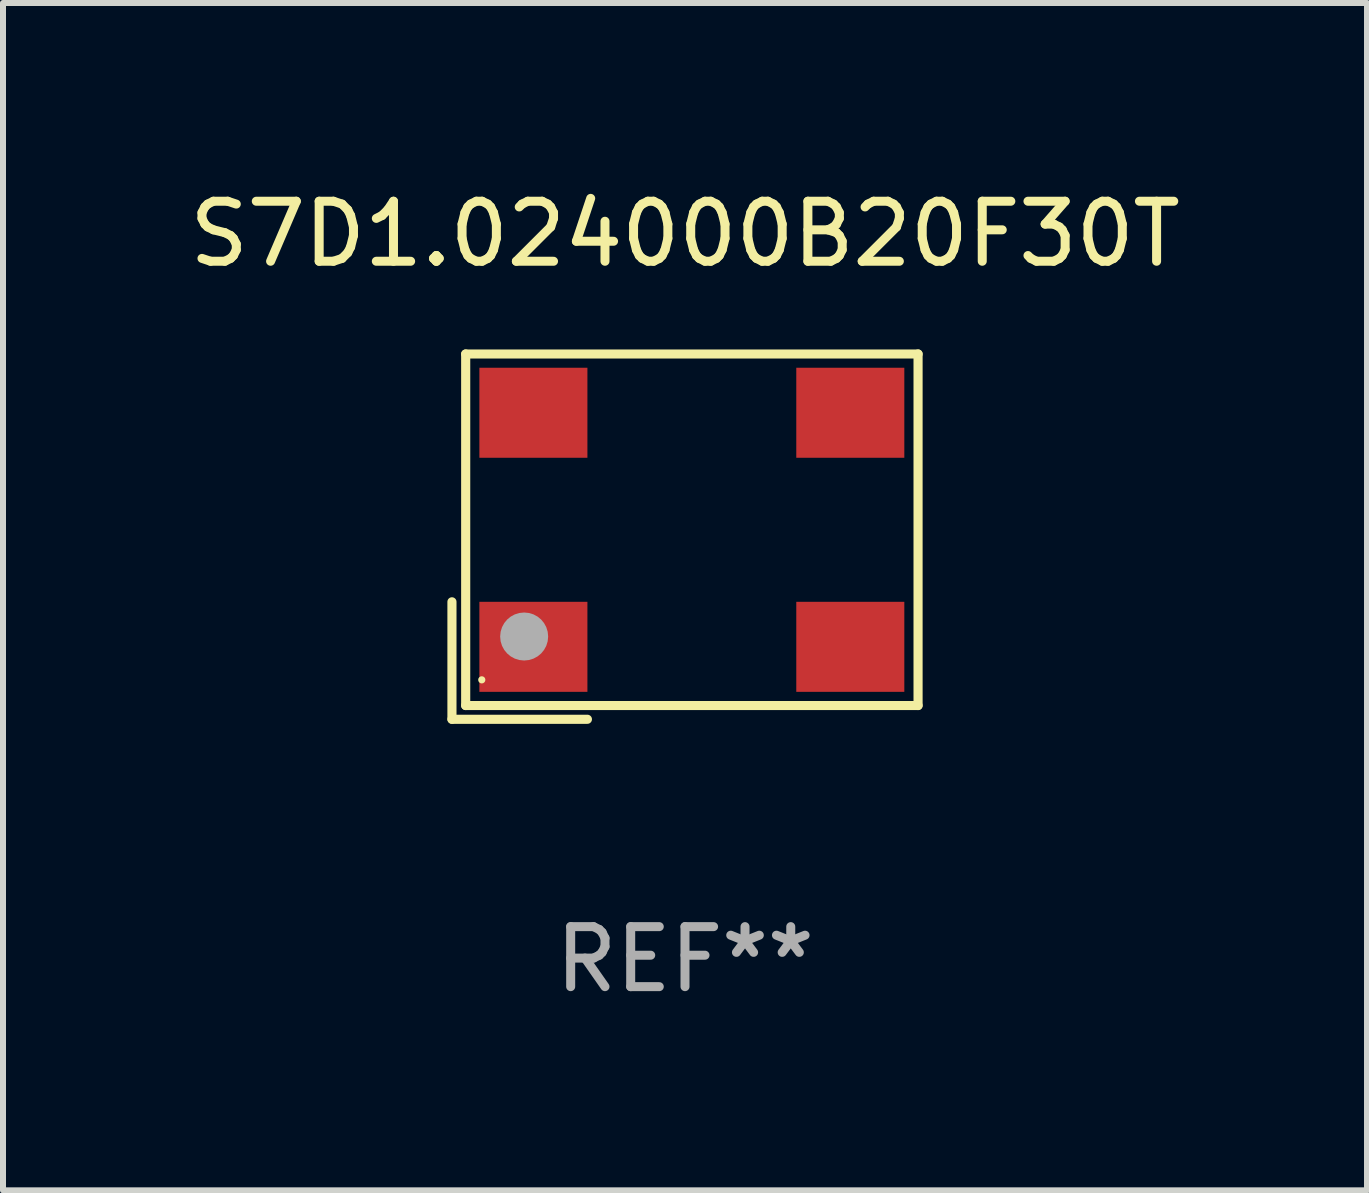
<source format=kicad_pcb>
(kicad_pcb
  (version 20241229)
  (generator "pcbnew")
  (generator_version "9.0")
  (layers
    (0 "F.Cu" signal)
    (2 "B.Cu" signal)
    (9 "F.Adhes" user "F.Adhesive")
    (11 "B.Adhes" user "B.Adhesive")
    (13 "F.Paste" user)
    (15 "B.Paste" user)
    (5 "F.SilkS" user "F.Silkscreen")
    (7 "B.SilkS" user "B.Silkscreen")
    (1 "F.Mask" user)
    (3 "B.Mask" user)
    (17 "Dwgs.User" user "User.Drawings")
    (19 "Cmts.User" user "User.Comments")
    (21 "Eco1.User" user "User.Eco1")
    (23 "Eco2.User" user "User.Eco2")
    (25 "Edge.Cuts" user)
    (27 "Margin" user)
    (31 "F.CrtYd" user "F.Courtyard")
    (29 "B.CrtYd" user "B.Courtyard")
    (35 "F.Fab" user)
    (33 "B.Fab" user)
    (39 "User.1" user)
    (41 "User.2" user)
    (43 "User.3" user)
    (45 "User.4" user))
  (footprint "S7D1.024000B20F30T"
    (layer "F.Cu")
    (at 8.363 5.891)
    (property "Reference" "S7D1.024000B20F30T" (at 0 -5.043 0) (layer "F.SilkS") (effects (font (size 1 1) (thickness 0.15))))
    (attr through_hole)
    (fp_line (start -3.883 1.086) (end -3.883 3.043) (stroke (width 0.152) (type solid)) (layer "F.SilkS"))
    (fp_line (start -3.883 3.043) (end -1.626 3.043) (stroke (width 0.152) (type solid)) (layer "F.SilkS"))
    (fp_line (start -3.654 -3.043) (end 3.883 -3.043) (stroke (width 0.152) (type solid)) (layer "F.SilkS"))
    (fp_line (start -3.654 2.814) (end -3.654 -3.043) (stroke (width 0.152) (type solid)) (layer "F.SilkS"))
    (fp_line (start 3.883 -3.043) (end 3.883 2.814) (stroke (width 0.152) (type solid)) (layer "F.SilkS"))
    (fp_line (start 3.883 2.814) (end -3.654 2.814) (stroke (width 0.152) (type solid)) (layer "F.SilkS"))
    (fp_circle (center -3.386 2.386) (end -3.356 2.386) (stroke (width 0.06) (type solid)) (fill no) (layer "F.SilkS"))
    (fp_circle (center -2.68 1.664) (end -2.48 1.664) (stroke (width 0.4) (type solid)) (fill no) (layer "F.Fab"))
    (fp_text user "REF**" (at 0 7.043 0) (layer "F.Fab") (effects (font (size 1 1) (thickness 0.15))))
    (pad "1" smd rect (at -2.526 1.836) (size 1.8 1.5) (layers "F.Cu" "F.Mask" "F.Paste"))
    (pad "2" smd rect (at 2.754 1.836) (size 1.8 1.5) (layers "F.Cu" "F.Mask" "F.Paste"))
    (pad "3" smd rect (at 2.754 -2.064) (size 1.8 1.5) (layers "F.Cu" "F.Mask" "F.Paste"))
    (pad "4" smd rect (at -2.526 -2.064) (size 1.8 1.5) (layers "F.Cu" "F.Mask" "F.Paste")))
  (gr_rect
    (start -3 -3)
    (end 19.726 16.782)
    (stroke (width 0.1) (type default))
    (fill no)
    (layer "Edge.Cuts")))
</source>
